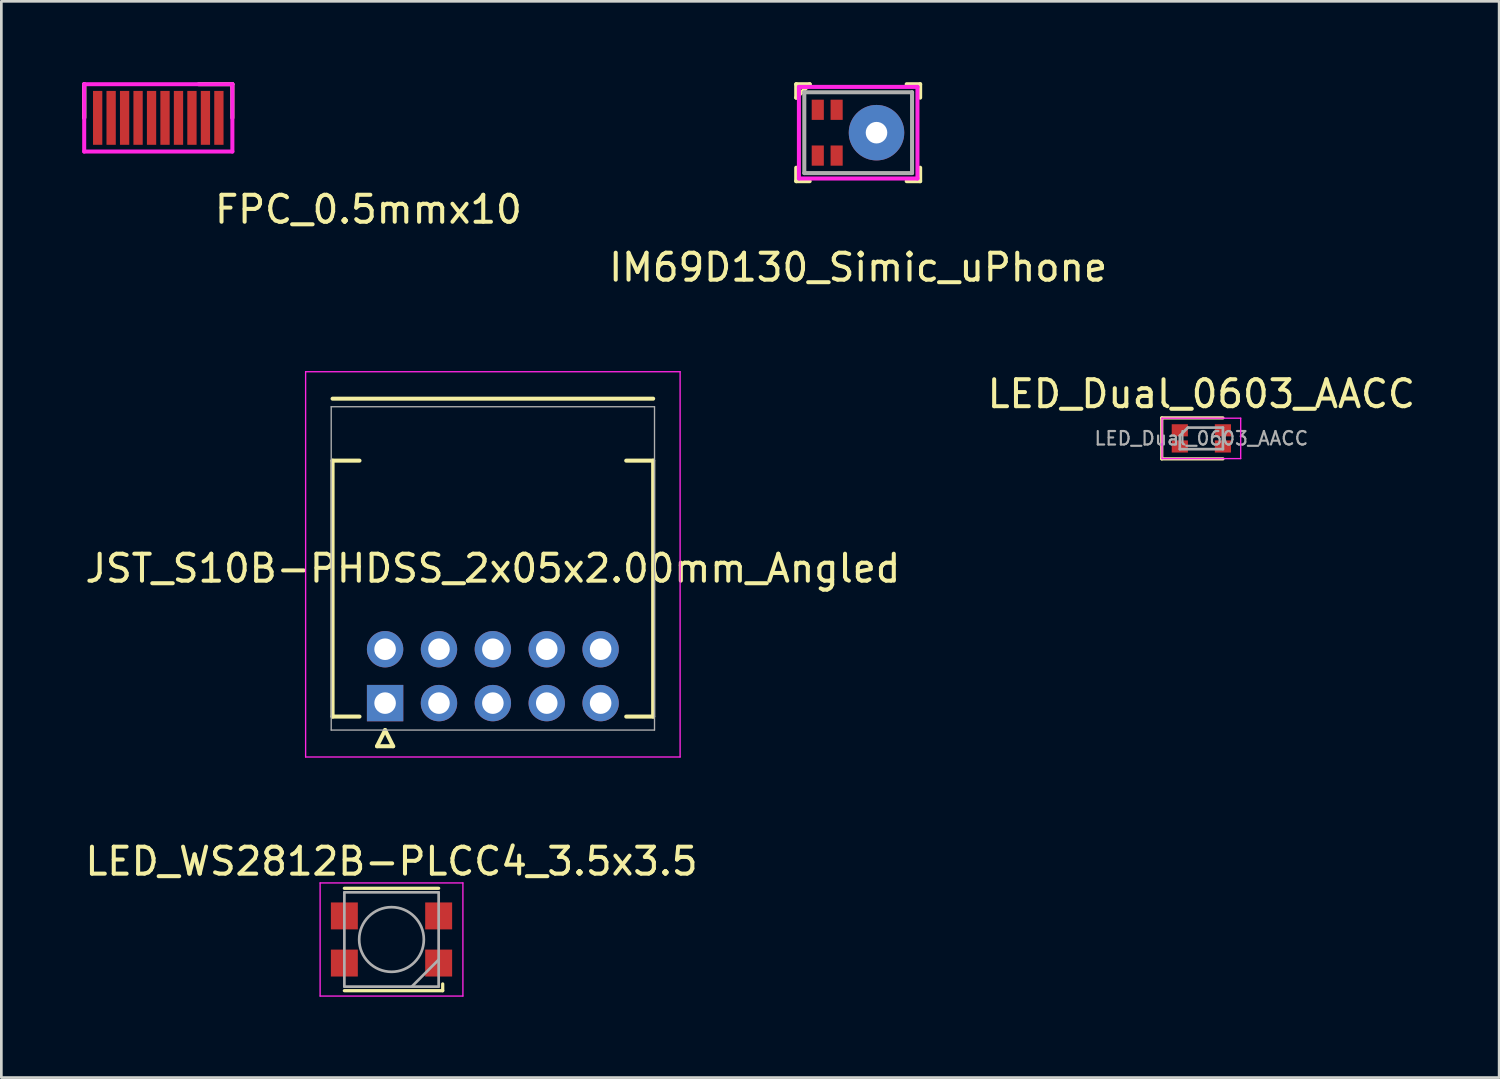
<source format=kicad_pcb>
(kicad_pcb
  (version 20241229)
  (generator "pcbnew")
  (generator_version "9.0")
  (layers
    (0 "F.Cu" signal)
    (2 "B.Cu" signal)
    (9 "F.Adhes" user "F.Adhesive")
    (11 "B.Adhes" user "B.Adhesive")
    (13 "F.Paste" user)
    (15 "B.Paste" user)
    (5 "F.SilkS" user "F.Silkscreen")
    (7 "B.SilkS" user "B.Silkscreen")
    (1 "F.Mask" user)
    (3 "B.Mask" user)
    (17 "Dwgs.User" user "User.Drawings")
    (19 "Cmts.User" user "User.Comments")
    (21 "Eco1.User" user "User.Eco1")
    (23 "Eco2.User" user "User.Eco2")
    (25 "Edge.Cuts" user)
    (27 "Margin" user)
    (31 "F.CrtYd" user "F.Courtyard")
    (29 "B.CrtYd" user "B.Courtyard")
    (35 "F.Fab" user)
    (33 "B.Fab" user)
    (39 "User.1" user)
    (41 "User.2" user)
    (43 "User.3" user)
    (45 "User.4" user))
  (footprint "FPC_0.5mmx10"
    (layer "F.Cu")
    (at 2.825 1.325)
    (property "Reference" "FPC_0.5mmx10" (at 7.8 3.4 0) (layer "F.SilkS") (effects (font (size 1 1) (thickness 0.15))))
    (attr through_hole)
    (fp_line (start -2.75 -1.25) (end -2.75 0) (stroke (width 0.15) (type solid)) (layer "F.SilkS"))
    (fp_line (start -2.75 0) (end -2.75 -1.25) (stroke (width 0.15) (type solid)) (layer "F.SilkS"))
    (fp_line (start 1.5 -1.25) (end 2.75 -1.25) (stroke (width 0.15) (type solid)) (layer "F.SilkS"))
    (fp_line (start 2.75 -1.25) (end 2.75 0) (stroke (width 0.15) (type solid)) (layer "F.SilkS"))
    (fp_line (start -2.75 -1.25) (end -2.75 1.25) (stroke (width 0.15) (type solid)) (layer "F.CrtYd"))
    (fp_line (start -2.75 1.25) (end 2.75 1.25) (stroke (width 0.15) (type solid)) (layer "F.CrtYd"))
    (fp_line (start 2.75 -1.25) (end -2.75 -1.25) (stroke (width 0.15) (type solid)) (layer "F.CrtYd"))
    (fp_line (start 2.75 1.25) (end 2.75 -1.25) (stroke (width 0.15) (type solid)) (layer "F.CrtYd"))
    (pad "1" smd rect (at -2.25 0) (size 0.345 2) (layers "F.Cu" "F.Mask" "F.Paste"))
    (pad "2" smd rect (at -1.75 0) (size 0.345 2) (layers "F.Cu" "F.Mask" "F.Paste"))
    (pad "3" smd rect (at -1.25 0) (size 0.345 2) (layers "F.Cu" "F.Mask" "F.Paste"))
    (pad "4" smd rect (at -0.75 0) (size 0.345 2) (layers "F.Cu" "F.Mask" "F.Paste"))
    (pad "5" smd rect (at -0.25 0) (size 0.345 2) (layers "F.Cu" "F.Mask" "F.Paste"))
    (pad "6" smd rect (at 0.25 0) (size 0.345 2) (layers "F.Cu" "F.Mask" "F.Paste"))
    (pad "7" smd rect (at 0.75 0) (size 0.345 2) (layers "F.Cu" "F.Mask" "F.Paste"))
    (pad "8" smd rect (at 1.25 0) (size 0.345 2) (layers "F.Cu" "F.Mask" "F.Paste"))
    (pad "9" smd rect (at 1.75 0) (size 0.345 2) (layers "F.Cu" "F.Mask" "F.Paste"))
    (pad "10" smd rect (at 2.25 0) (size 0.345 2) (layers "F.Cu" "F.Mask" "F.Paste")))
  (footprint "LED_Dual_0603_AACC"
    (layer "F.Cu")
    (at 41.542 13.222)
    (property "Reference" "LED_Dual_0603_AACC" (at 0 -1.65 0) (layer "F.SilkS") (effects (font (size 1 1) (thickness 0.15))))
    (attr smd)
    (fp_line (start -1.47 -0.76) (end -1.47 0.76) (stroke (width 0.12) (type solid)) (layer "F.SilkS"))
    (fp_line (start -1.47 0.76) (end 0.8 0.76) (stroke (width 0.12) (type solid)) (layer "F.SilkS"))
    (fp_line (start 0.8 -0.76) (end -1.47 -0.76) (stroke (width 0.12) (type solid)) (layer "F.SilkS"))
    (fp_line (start -1.46 -0.75) (end 1.46 -0.75) (stroke (width 0.05) (type solid)) (layer "F.CrtYd"))
    (fp_line (start -1.46 0.75) (end -1.46 -0.75) (stroke (width 0.05) (type solid)) (layer "F.CrtYd"))
    (fp_line (start 1.46 -0.75) (end 1.46 0.75) (stroke (width 0.05) (type solid)) (layer "F.CrtYd"))
    (fp_line (start 1.46 0.75) (end -1.46 0.75) (stroke (width 0.05) (type solid)) (layer "F.CrtYd"))
    (fp_line (start -0.8 -0.1) (end -0.8 0.4) (stroke (width 0.1) (type solid)) (layer "F.Fab"))
    (fp_line (start -0.8 0.4) (end 0.8 0.4) (stroke (width 0.1) (type solid)) (layer "F.Fab"))
    (fp_line (start -0.5 -0.4) (end -0.8 -0.1) (stroke (width 0.1) (type solid)) (layer "F.Fab"))
    (fp_line (start 0.8 -0.4) (end -0.5 -0.4) (stroke (width 0.1) (type solid)) (layer "F.Fab"))
    (fp_line (start 0.8 0.4) (end 0.8 -0.4) (stroke (width 0.1) (type solid)) (layer "F.Fab"))
    (fp_text user "${REFERENCE}" (at 0 0 0) (layer "F.Fab") (effects (font (size 0.5 0.5) (thickness 0.08))))
    (pad "1" smd rect (at -0.8 -0.3) (size 0.6 0.45) (layers "F.Cu" "F.Mask" "F.Paste"))
    (pad "2" smd rect (at -0.8 0.3) (size 0.6 0.45) (layers "F.Cu" "F.Mask" "F.Paste"))
    (pad "3" smd rect (at 0.8 -0.3) (size 0.6 0.45) (layers "F.Cu" "F.Mask" "F.Paste"))
    (pad "4" smd rect (at 0.8 0.3) (size 0.6 0.45) (layers "F.Cu" "F.Mask" "F.Paste")))
  (footprint "IM69D130_Simic_uPhone"
    (layer "F.Cu")
    (at 28.804 1.875)
    (property "Reference" "IM69D130_Simic_uPhone" (at 0 5 0) (layer "F.SilkS") (effects (font (size 1 1) (thickness 0.15))))
    (attr through_hole)
    (fp_circle (center 0.68 0) (end -0.125 0) (stroke (width 0.45) (type solid)) (fill no) (layer "F.Mask"))
    (fp_line (start -2.3 -1.8) (end -1.8 -1.8) (stroke (width 0.15) (type solid)) (layer "F.SilkS"))
    (fp_line (start -2.3 -1.3) (end -2.3 -1.8) (stroke (width 0.15) (type solid)) (layer "F.SilkS"))
    (fp_line (start -2.3 -1.3) (end -1.8 -1.8) (stroke (width 0.15) (type solid)) (layer "F.SilkS"))
    (fp_line (start -2.3 1.8) (end -2.3 1.3) (stroke (width 0.15) (type solid)) (layer "F.SilkS"))
    (fp_line (start -2.3 1.8) (end -1.8 1.8) (stroke (width 0.15) (type solid)) (layer "F.SilkS"))
    (fp_line (start 2.3 -1.8) (end 1.8 -1.8) (stroke (width 0.15) (type solid)) (layer "F.SilkS"))
    (fp_line (start 2.3 -1.8) (end 2.3 -1.3) (stroke (width 0.15) (type solid)) (layer "F.SilkS"))
    (fp_line (start 2.3 1.8) (end 1.8 1.8) (stroke (width 0.15) (type solid)) (layer "F.SilkS"))
    (fp_line (start 2.3 1.8) (end 2.3 1.3) (stroke (width 0.15) (type solid)) (layer "F.SilkS"))
    (fp_arc (start -0.125 0) (mid -0.11277 -0.139787) (end -0.076453 -0.275326) (stroke (width 0.45) (type solid)) (layer "F.Paste"))
    (fp_arc (start 0.2775 -0.69715) (mid 0.404674 -0.756452) (end 0.540213 -0.79277) (stroke (width 0.45) (type solid)) (layer "F.Paste"))
    (fp_arc (start 0.2775 0.69715) (mid 0.162556 0.616665) (end 0.063334 0.517444) (stroke (width 0.45) (type solid)) (layer "F.Paste"))
    (fp_arc (start 1.0825 -0.69715) (mid 1.197444 -0.616665) (end 1.296666 -0.517444) (stroke (width 0.45) (type solid)) (layer "F.Paste"))
    (fp_arc (start 1.0825 0.69715) (mid 0.955326 0.756452) (end 0.819787 0.79277) (stroke (width 0.45) (type solid)) (layer "F.Paste"))
    (fp_arc (start 1.485 0) (mid 1.47277 0.139787) (end 1.436453 0.275326) (stroke (width 0.45) (type solid)) (layer "F.Paste"))
    (fp_line (start -2.2 -1.7) (end 2.2 -1.7) (stroke (width 0.15) (type solid)) (layer "F.CrtYd"))
    (fp_line (start -2.2 1.7) (end -2.2 -1.7) (stroke (width 0.15) (type solid)) (layer "F.CrtYd"))
    (fp_line (start 2.2 -1.7) (end 2.2 1.7) (stroke (width 0.15) (type solid)) (layer "F.CrtYd"))
    (fp_line (start 2.2 1.7) (end -2.2 1.7) (stroke (width 0.15) (type solid)) (layer "F.CrtYd"))
    (fp_line (start -2 -1.5) (end 2 -1.5) (stroke (width 0.15) (type solid)) (layer "F.Fab"))
    (fp_line (start -2 1.5) (end -2 -1.5) (stroke (width 0.15) (type solid)) (layer "F.Fab"))
    (fp_line (start 2 -1.5) (end 2 1.5) (stroke (width 0.15) (type solid)) (layer "F.Fab"))
    (fp_line (start 2 1.5) (end -2 1.5) (stroke (width 0.15) (type solid)) (layer "F.Fab"))
    (pad "1" smd rect (at -1.5 -0.85) (size 0.45 0.75) (layers "F.Cu" "F.Mask" "F.Paste"))
    (pad "2" smd rect (at -0.8 -0.85) (size 0.45 0.75) (layers "F.Cu" "F.Mask" "F.Paste"))
    (pad "3" smd rect (at -1.5 0.85) (size 0.45 0.75) (layers "F.Cu" "F.Mask" "F.Paste"))
    (pad "4" smd rect (at -0.8 0.85) (size 0.45 0.75) (layers "F.Cu" "F.Mask" "F.Paste"))
    (pad "5" thru_hole circle (at 0.68 0) (size 2.06 2.06) (drill 0.8) (layers "F.Cu")))
  (footprint "LED_WS2812B-PLCC4_3.5x3.5"
    (layer "F.Cu")
    (at 11.482 31.822)
    (property "Reference" "LED_WS2812B-PLCC4_3.5x3.5" (at 0 -2.9 0) (layer "F.SilkS") (effects (font (size 1 1) (thickness 0.15))))
    (attr smd)
    (fp_line (start -1.75 -1.9) (end 1.75 -1.9) (stroke (width 0.12) (type solid)) (layer "F.SilkS"))
    (fp_line (start -1.75 1.9) (end 1.9 1.9) (stroke (width 0.12) (type solid)) (layer "F.SilkS"))
    (fp_line (start 1.9 1.9) (end 1.9 1.65) (stroke (width 0.12) (type solid)) (layer "F.SilkS"))
    (fp_line (start -2.65 -2.1) (end -2.65 2.1) (stroke (width 0.05) (type solid)) (layer "F.CrtYd"))
    (fp_line (start -2.65 2.1) (end 2.65 2.1) (stroke (width 0.05) (type solid)) (layer "F.CrtYd"))
    (fp_line (start 2.65 -2.1) (end -2.65 -2.1) (stroke (width 0.05) (type solid)) (layer "F.CrtYd"))
    (fp_line (start 2.65 2.1) (end 2.65 -2.1) (stroke (width 0.05) (type solid)) (layer "F.CrtYd"))
    (fp_line (start -1.75 -1.75) (end -1.75 1.75) (stroke (width 0.1) (type solid)) (layer "F.Fab"))
    (fp_line (start -1.75 1.75) (end 1.75 1.75) (stroke (width 0.1) (type solid)) (layer "F.Fab"))
    (fp_line (start 1.75 -1.75) (end -1.75 -1.75) (stroke (width 0.1) (type solid)) (layer "F.Fab"))
    (fp_line (start 1.75 0.75) (end 0.75 1.75) (stroke (width 0.1) (type solid)) (layer "F.Fab"))
    (fp_line (start 1.75 1.75) (end 1.75 -1.75) (stroke (width 0.1) (type solid)) (layer "F.Fab"))
    (fp_circle (center 0 0) (end 0 -1.2) (stroke (width 0.1) (type solid)) (fill no) (layer "F.Fab"))
    (pad "1" smd rect (at -1.75 -0.875) (size 1 1) (layers "F.Cu" "F.Mask" "F.Paste"))
    (pad "2" smd rect (at -1.75 0.875) (size 1 1) (layers "F.Cu" "F.Mask" "F.Paste"))
    (pad "3" smd rect (at 1.75 0.875) (size 1 1) (layers "F.Cu" "F.Mask" "F.Paste"))
    (pad "4" smd rect (at 1.75 -0.875) (size 1 1) (layers "F.Cu" "F.Mask" "F.Paste")))
  (footprint "JST_S10B-PHDSS_2x05x2.00mm_Angled"
    (layer "F.Cu")
    (at 11.244 23.048)
    (property "Reference" "JST_S10B-PHDSS_2x05x2.00mm_Angled" (at 4 -5 0) (layer "F.SilkS") (effects (font (size 1 1) (thickness 0.15))))
    (attr through_hole)
    (fp_line (start -1.95 -11.3) (end 9.95 -11.3) (stroke (width 0.15) (type solid)) (layer "F.SilkS"))
    (fp_line (start -1.95 -9) (end -0.95 -9) (stroke (width 0.15) (type solid)) (layer "F.SilkS"))
    (fp_line (start -1.95 0.5) (end -1.95 -9) (stroke (width 0.15) (type solid)) (layer "F.SilkS"))
    (fp_line (start -1.95 0.5) (end -0.95 0.5) (stroke (width 0.15) (type solid)) (layer "F.SilkS"))
    (fp_line (start -0.3 1.6) (end 0.3 1.6) (stroke (width 0.15) (type solid)) (layer "F.SilkS"))
    (fp_line (start 0 1) (end -0.3 1.6) (stroke (width 0.15) (type solid)) (layer "F.SilkS"))
    (fp_line (start 0.3 1.6) (end 0 1) (stroke (width 0.15) (type solid)) (layer "F.SilkS"))
    (fp_line (start 8.95 -9) (end 9.95 -9) (stroke (width 0.15) (type solid)) (layer "F.SilkS"))
    (fp_line (start 9.95 0.5) (end 8.95 0.5) (stroke (width 0.15) (type solid)) (layer "F.SilkS"))
    (fp_line (start 9.95 0.5) (end 9.95 -9) (stroke (width 0.15) (type solid)) (layer "F.SilkS"))
    (fp_line (start -2.95 -12.3) (end 10.95 -12.3) (stroke (width 0.05) (type solid)) (layer "F.CrtYd"))
    (fp_line (start -2.95 2) (end -2.95 -12.3) (stroke (width 0.05) (type solid)) (layer "F.CrtYd"))
    (fp_line (start -2.95 2) (end 10.95 2) (stroke (width 0.05) (type solid)) (layer "F.CrtYd"))
    (fp_line (start 10.95 2) (end 10.95 -12.3) (stroke (width 0.05) (type solid)) (layer "F.CrtYd"))
    (fp_line (start -2 -11) (end -2 1) (stroke (width 0.05) (type solid)) (layer "F.Fab"))
    (fp_line (start -2 1) (end 10 1) (stroke (width 0.05) (type solid)) (layer "F.Fab"))
    (fp_line (start 10 -11) (end -2 -11) (stroke (width 0.05) (type solid)) (layer "F.Fab"))
    (fp_line (start 10 1) (end 10 -11) (stroke (width 0.05) (type solid)) (layer "F.Fab"))
    (pad "1" thru_hole rect (at 0 0) (size 1.35 1.35) (drill 0.8) (layers "*.Cu" "*.Mask"))
    (pad "2" thru_hole circle (at 0 -2) (size 1.35 1.35) (drill 0.8) (layers "*.Cu" "*.Mask"))
    (pad "3" thru_hole circle (at 2 0) (size 1.35 1.35) (drill 0.8) (layers "*.Cu" "*.Mask"))
    (pad "4" thru_hole circle (at 2 -2) (size 1.35 1.35) (drill 0.8) (layers "*.Cu" "*.Mask"))
    (pad "5" thru_hole circle (at 4 0) (size 1.35 1.35) (drill 0.8) (layers "*.Cu" "*.Mask"))
    (pad "6" thru_hole circle (at 4 -2) (size 1.35 1.35) (drill 0.8) (layers "*.Cu" "*.Mask"))
    (pad "7" thru_hole circle (at 6 0) (size 1.35 1.35) (drill 0.8) (layers "*.Cu" "*.Mask"))
    (pad "8" thru_hole circle (at 6 -2) (size 1.35 1.35) (drill 0.8) (layers "*.Cu" "*.Mask"))
    (pad "9" thru_hole circle (at 8 0) (size 1.35 1.35) (drill 0.8) (layers "*.Cu" "*.Mask"))
    (pad "10" thru_hole circle (at 8 -2) (size 1.35 1.35) (drill 0.8) (layers "*.Cu" "*.Mask")))
  (gr_rect
    (start -3 -3)
    (end 52.595 36.947)
    (stroke (width 0.1) (type default))
    (fill no)
    (layer "Edge.Cuts")))
</source>
